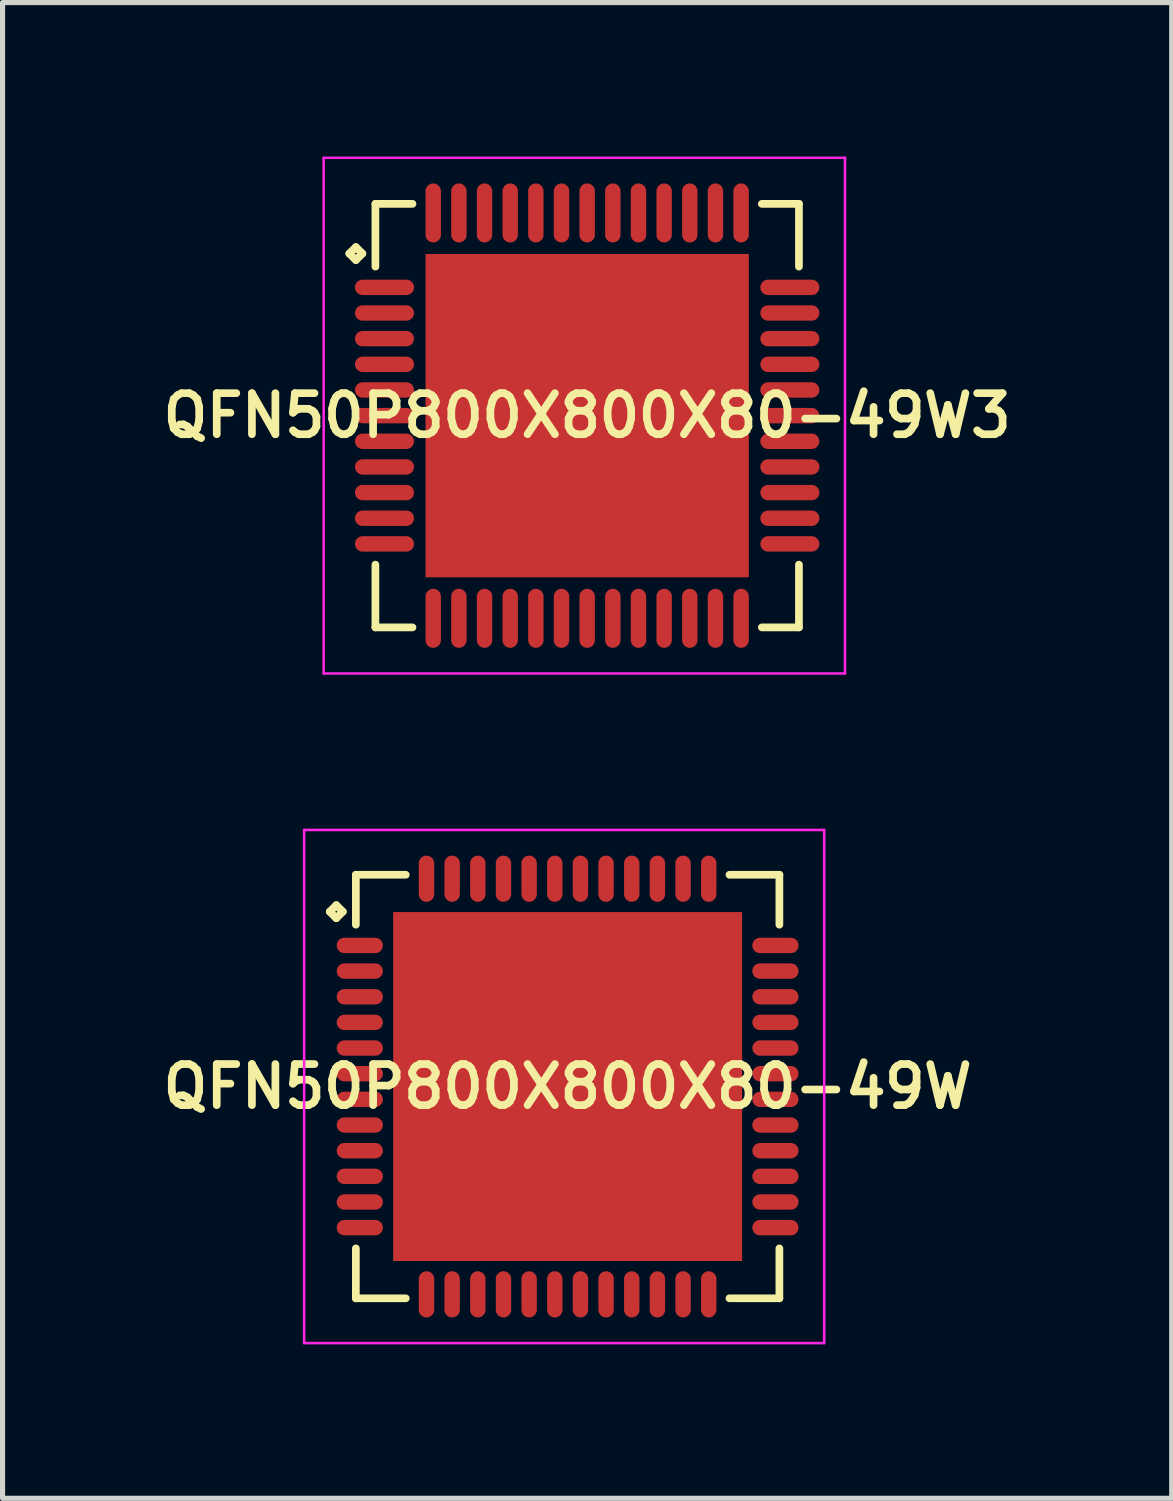
<source format=kicad_pcb>
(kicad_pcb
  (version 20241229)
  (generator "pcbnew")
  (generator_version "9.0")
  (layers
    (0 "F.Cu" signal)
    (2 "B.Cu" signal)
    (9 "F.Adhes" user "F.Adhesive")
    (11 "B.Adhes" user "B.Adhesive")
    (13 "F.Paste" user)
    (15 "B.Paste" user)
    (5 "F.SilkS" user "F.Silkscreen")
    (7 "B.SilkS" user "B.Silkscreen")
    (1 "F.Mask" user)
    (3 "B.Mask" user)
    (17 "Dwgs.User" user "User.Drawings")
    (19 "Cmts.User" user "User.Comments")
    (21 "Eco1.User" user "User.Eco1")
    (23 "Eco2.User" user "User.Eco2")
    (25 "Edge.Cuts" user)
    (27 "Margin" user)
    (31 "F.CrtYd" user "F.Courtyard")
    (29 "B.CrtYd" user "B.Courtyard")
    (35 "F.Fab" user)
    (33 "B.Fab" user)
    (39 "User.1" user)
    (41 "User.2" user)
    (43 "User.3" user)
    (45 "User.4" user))
  (footprint "QFN50P800X800X80-49W3"
    (layer "F.Cu")
    (at 8.393 5.05)
    (property "Reference" "QFN50P800X800X80-49W3" (at 0 0 0) (layer "F.SilkS") (effects (font (size 0.8 0.8) (thickness 0.15))))
    (attr smd)
    (fp_line (start -4.635 -3.158) (end -4.508 -3.285) (stroke (width 0.15) (type solid)) (layer "F.SilkS"))
    (fp_line (start -4.508 -3.285) (end -4.381 -3.158) (stroke (width 0.15) (type solid)) (layer "F.SilkS"))
    (fp_line (start -4.508 -3.031) (end -4.635 -3.158) (stroke (width 0.15) (type solid)) (layer "F.SilkS"))
    (fp_line (start -4.381 -3.158) (end -4.508 -3.031) (stroke (width 0.15) (type solid)) (layer "F.SilkS"))
    (fp_line (start -4.127 -4.127) (end -3.404 -4.127) (stroke (width 0.15) (type solid)) (layer "F.SilkS"))
    (fp_line (start -4.127 -2.904) (end -4.127 -4.127) (stroke (width 0.15) (type solid)) (layer "F.SilkS"))
    (fp_line (start -4.127 2.904) (end -4.127 4.127) (stroke (width 0.15) (type solid)) (layer "F.SilkS"))
    (fp_line (start -4.127 4.127) (end -3.404 4.127) (stroke (width 0.15) (type solid)) (layer "F.SilkS"))
    (fp_line (start 3.404 -4.127) (end 4.127 -4.127) (stroke (width 0.15) (type solid)) (layer "F.SilkS"))
    (fp_line (start 3.404 4.127) (end 4.127 4.127) (stroke (width 0.15) (type solid)) (layer "F.SilkS"))
    (fp_line (start 4.127 -4.127) (end 4.127 -2.904) (stroke (width 0.15) (type solid)) (layer "F.SilkS"))
    (fp_line (start 4.127 4.127) (end 4.127 2.904) (stroke (width 0.15) (type solid)) (layer "F.SilkS"))
    (fp_line (start -5.135 -5.025) (end 5.025 -5.025) (stroke (width 0.05) (type solid)) (layer "F.CrtYd"))
    (fp_line (start -5.135 5.025) (end -5.135 -5.025) (stroke (width 0.05) (type solid)) (layer "F.CrtYd"))
    (fp_line (start 5.025 -5.025) (end 5.025 5.025) (stroke (width 0.05) (type solid)) (layer "F.CrtYd"))
    (fp_line (start 5.025 5.025) (end -5.135 5.025) (stroke (width 0.05) (type solid)) (layer "F.CrtYd"))
    (pad "1" smd oval (at -3.95 -2.5) (size 1.15 0.3) (layers "F.Cu" "F.Mask" "F.Paste"))
    (pad "2" smd oval (at -3.95 -2) (size 1.15 0.3) (layers "F.Cu" "F.Mask" "F.Paste"))
    (pad "3" smd oval (at -3.95 -1.5) (size 1.15 0.3) (layers "F.Cu" "F.Mask" "F.Paste"))
    (pad "4" smd oval (at -3.95 -1) (size 1.15 0.3) (layers "F.Cu" "F.Mask" "F.Paste"))
    (pad "5" smd oval (at -3.95 -0.5) (size 1.15 0.3) (layers "F.Cu" "F.Mask" "F.Paste"))
    (pad "6" smd oval (at -3.95 0) (size 1.15 0.3) (layers "F.Cu" "F.Mask" "F.Paste"))
    (pad "7" smd oval (at -3.95 0.5) (size 1.15 0.3) (layers "F.Cu" "F.Mask" "F.Paste"))
    (pad "8" smd oval (at -3.95 1) (size 1.15 0.3) (layers "F.Cu" "F.Mask" "F.Paste"))
    (pad "9" smd oval (at -3.95 1.5) (size 1.15 0.3) (layers "F.Cu" "F.Mask" "F.Paste"))
    (pad "10" smd oval (at -3.95 2) (size 1.15 0.3) (layers "F.Cu" "F.Mask" "F.Paste"))
    (pad "11" smd oval (at -3.95 2.5) (size 1.15 0.3) (layers "F.Cu" "F.Mask" "F.Paste"))
    (pad "12" smd oval (at -3 3.95) (size 0.3 1.15) (layers "F.Cu" "F.Mask" "F.Paste"))
    (pad "13" smd oval (at -2.5 3.95) (size 0.3 1.15) (layers "F.Cu" "F.Mask" "F.Paste"))
    (pad "14" smd oval (at -2 3.95) (size 0.3 1.15) (layers "F.Cu" "F.Mask" "F.Paste"))
    (pad "15" smd oval (at -1.5 3.95) (size 0.3 1.15) (layers "F.Cu" "F.Mask" "F.Paste"))
    (pad "16" smd oval (at -1 3.95) (size 0.3 1.15) (layers "F.Cu" "F.Mask" "F.Paste"))
    (pad "17" smd oval (at -0.5 3.95) (size 0.3 1.15) (layers "F.Cu" "F.Mask" "F.Paste"))
    (pad "18" smd oval (at 0 3.95) (size 0.3 1.15) (layers "F.Cu" "F.Mask" "F.Paste"))
    (pad "19" smd oval (at 0.5 3.95) (size 0.3 1.15) (layers "F.Cu" "F.Mask" "F.Paste"))
    (pad "20" smd oval (at 1 3.95) (size 0.3 1.15) (layers "F.Cu" "F.Mask" "F.Paste"))
    (pad "21" smd oval (at 1.5 3.95) (size 0.3 1.15) (layers "F.Cu" "F.Mask" "F.Paste"))
    (pad "22" smd oval (at 2 3.95) (size 0.3 1.15) (layers "F.Cu" "F.Mask" "F.Paste"))
    (pad "23" smd oval (at 2.5 3.95) (size 0.3 1.15) (layers "F.Cu" "F.Mask" "F.Paste"))
    (pad "24" smd oval (at 3 3.95) (size 0.3 1.15) (layers "F.Cu" "F.Mask" "F.Paste"))
    (pad "25" smd oval (at 3.95 2.5) (size 1.15 0.3) (layers "F.Cu" "F.Mask" "F.Paste"))
    (pad "26" smd oval (at 3.95 2) (size 1.15 0.3) (layers "F.Cu" "F.Mask" "F.Paste"))
    (pad "27" smd oval (at 3.95 1.5) (size 1.15 0.3) (layers "F.Cu" "F.Mask" "F.Paste"))
    (pad "28" smd oval (at 3.95 1) (size 1.15 0.3) (layers "F.Cu" "F.Mask" "F.Paste"))
    (pad "29" smd oval (at 3.95 0.5) (size 1.15 0.3) (layers "F.Cu" "F.Mask" "F.Paste"))
    (pad "30" smd oval (at 3.95 0) (size 1.15 0.3) (layers "F.Cu" "F.Mask" "F.Paste"))
    (pad "31" smd oval (at 3.95 -0.5) (size 1.15 0.3) (layers "F.Cu" "F.Mask" "F.Paste"))
    (pad "32" smd oval (at 3.95 -1) (size 1.15 0.3) (layers "F.Cu" "F.Mask" "F.Paste"))
    (pad "33" smd oval (at 3.95 -1.5) (size 1.15 0.3) (layers "F.Cu" "F.Mask" "F.Paste"))
    (pad "34" smd oval (at 3.95 -2) (size 1.15 0.3) (layers "F.Cu" "F.Mask" "F.Paste"))
    (pad "35" smd oval (at 3.95 -2.5) (size 1.15 0.3) (layers "F.Cu" "F.Mask" "F.Paste"))
    (pad "36" smd oval (at 3 -3.95) (size 0.3 1.15) (layers "F.Cu" "F.Mask" "F.Paste"))
    (pad "37" smd oval (at 2.5 -3.95) (size 0.3 1.15) (layers "F.Cu" "F.Mask" "F.Paste"))
    (pad "38" smd oval (at 2 -3.95) (size 0.3 1.15) (layers "F.Cu" "F.Mask" "F.Paste"))
    (pad "39" smd oval (at 1.5 -3.95) (size 0.3 1.15) (layers "F.Cu" "F.Mask" "F.Paste"))
    (pad "40" smd oval (at 1 -3.95) (size 0.3 1.15) (layers "F.Cu" "F.Mask" "F.Paste"))
    (pad "41" smd oval (at 0.5 -3.95) (size 0.3 1.15) (layers "F.Cu" "F.Mask" "F.Paste"))
    (pad "42" smd oval (at 0 -3.95) (size 0.3 1.15) (layers "F.Cu" "F.Mask" "F.Paste"))
    (pad "43" smd oval (at -0.5 -3.95) (size 0.3 1.15) (layers "F.Cu" "F.Mask" "F.Paste"))
    (pad "44" smd oval (at -1 -3.95) (size 0.3 1.15) (layers "F.Cu" "F.Mask" "F.Paste"))
    (pad "45" smd oval (at -1.5 -3.95) (size 0.3 1.15) (layers "F.Cu" "F.Mask" "F.Paste"))
    (pad "46" smd oval (at -2 -3.95) (size 0.3 1.15) (layers "F.Cu" "F.Mask" "F.Paste"))
    (pad "47" smd oval (at -2.5 -3.95) (size 0.3 1.15) (layers "F.Cu" "F.Mask" "F.Paste"))
    (pad "48" smd oval (at -3 -3.95) (size 0.3 1.15) (layers "F.Cu" "F.Mask" "F.Paste"))
    (pad "49" smd rect (at 0 0) (size 6.3 6.3) (layers "F.Cu" "F.Mask" "F.Paste")))
  (footprint "QFN50P800X800X80-49W"
    (layer "F.Cu")
    (at 8.012 18.125)
    (property "Reference" "QFN50P800X800X80-49W" (at 0 0 0) (layer "F.SilkS") (effects (font (size 0.8 0.8) (thickness 0.15))))
    (attr smd)
    (fp_line (start -4.635 -3.408) (end -4.508 -3.535) (stroke (width 0.15) (type solid)) (layer "F.SilkS"))
    (fp_line (start -4.508 -3.535) (end -4.381 -3.408) (stroke (width 0.15) (type solid)) (layer "F.SilkS"))
    (fp_line (start -4.508 -3.281) (end -4.635 -3.408) (stroke (width 0.15) (type solid)) (layer "F.SilkS"))
    (fp_line (start -4.381 -3.408) (end -4.508 -3.281) (stroke (width 0.15) (type solid)) (layer "F.SilkS"))
    (fp_line (start -4.127 -4.127) (end -3.154 -4.127) (stroke (width 0.15) (type solid)) (layer "F.SilkS"))
    (fp_line (start -4.127 -3.154) (end -4.127 -4.127) (stroke (width 0.15) (type solid)) (layer "F.SilkS"))
    (fp_line (start -4.127 3.154) (end -4.127 4.127) (stroke (width 0.15) (type solid)) (layer "F.SilkS"))
    (fp_line (start -4.127 4.127) (end -3.154 4.127) (stroke (width 0.15) (type solid)) (layer "F.SilkS"))
    (fp_line (start 3.154 -4.127) (end 4.127 -4.127) (stroke (width 0.15) (type solid)) (layer "F.SilkS"))
    (fp_line (start 3.154 4.127) (end 4.127 4.127) (stroke (width 0.15) (type solid)) (layer "F.SilkS"))
    (fp_line (start 4.127 -4.127) (end 4.127 -3.154) (stroke (width 0.15) (type solid)) (layer "F.SilkS"))
    (fp_line (start 4.127 4.127) (end 4.127 3.154) (stroke (width 0.15) (type solid)) (layer "F.SilkS"))
    (fp_line (start -5.135 -5) (end 5 -5) (stroke (width 0.05) (type solid)) (layer "F.CrtYd"))
    (fp_line (start -5.135 5) (end -5.135 -5) (stroke (width 0.05) (type solid)) (layer "F.CrtYd"))
    (fp_line (start 5 -5) (end 5 5) (stroke (width 0.05) (type solid)) (layer "F.CrtYd"))
    (fp_line (start 5 5) (end -5.135 5) (stroke (width 0.05) (type solid)) (layer "F.CrtYd"))
    (pad "1" smd oval (at -4.05 -2.75) (size 0.9 0.3) (layers "F.Cu" "F.Mask" "F.Paste"))
    (pad "2" smd oval (at -4.05 -2.25) (size 0.9 0.3) (layers "F.Cu" "F.Mask" "F.Paste"))
    (pad "3" smd oval (at -4.05 -1.75) (size 0.9 0.3) (layers "F.Cu" "F.Mask" "F.Paste"))
    (pad "4" smd oval (at -4.05 -1.25) (size 0.9 0.3) (layers "F.Cu" "F.Mask" "F.Paste"))
    (pad "5" smd oval (at -4.05 -0.75) (size 0.9 0.3) (layers "F.Cu" "F.Mask" "F.Paste"))
    (pad "6" smd oval (at -4.05 -0.25) (size 0.9 0.3) (layers "F.Cu" "F.Mask" "F.Paste"))
    (pad "7" smd oval (at -4.05 0.25) (size 0.9 0.3) (layers "F.Cu" "F.Mask" "F.Paste"))
    (pad "8" smd oval (at -4.05 0.75) (size 0.9 0.3) (layers "F.Cu" "F.Mask" "F.Paste"))
    (pad "9" smd oval (at -4.05 1.25) (size 0.9 0.3) (layers "F.Cu" "F.Mask" "F.Paste"))
    (pad "10" smd oval (at -4.05 1.75) (size 0.9 0.3) (layers "F.Cu" "F.Mask" "F.Paste"))
    (pad "11" smd oval (at -4.05 2.25) (size 0.9 0.3) (layers "F.Cu" "F.Mask" "F.Paste"))
    (pad "12" smd oval (at -4.05 2.75) (size 0.9 0.3) (layers "F.Cu" "F.Mask" "F.Paste"))
    (pad "13" smd oval (at -2.75 4.05) (size 0.3 0.9) (layers "F.Cu" "F.Mask" "F.Paste"))
    (pad "14" smd oval (at -2.25 4.05) (size 0.3 0.9) (layers "F.Cu" "F.Mask" "F.Paste"))
    (pad "15" smd oval (at -1.75 4.05) (size 0.3 0.9) (layers "F.Cu" "F.Mask" "F.Paste"))
    (pad "16" smd oval (at -1.25 4.05) (size 0.3 0.9) (layers "F.Cu" "F.Mask" "F.Paste"))
    (pad "17" smd oval (at -0.75 4.05) (size 0.3 0.9) (layers "F.Cu" "F.Mask" "F.Paste"))
    (pad "18" smd oval (at -0.25 4.05) (size 0.3 0.9) (layers "F.Cu" "F.Mask" "F.Paste"))
    (pad "19" smd oval (at 0.25 4.05) (size 0.3 0.9) (layers "F.Cu" "F.Mask" "F.Paste"))
    (pad "20" smd oval (at 0.75 4.05) (size 0.3 0.9) (layers "F.Cu" "F.Mask" "F.Paste"))
    (pad "21" smd oval (at 1.25 4.05) (size 0.3 0.9) (layers "F.Cu" "F.Mask" "F.Paste"))
    (pad "22" smd oval (at 1.75 4.05) (size 0.3 0.9) (layers "F.Cu" "F.Mask" "F.Paste"))
    (pad "23" smd oval (at 2.25 4.05) (size 0.3 0.9) (layers "F.Cu" "F.Mask" "F.Paste"))
    (pad "24" smd oval (at 2.75 4.05) (size 0.3 0.9) (layers "F.Cu" "F.Mask" "F.Paste"))
    (pad "25" smd oval (at 4.05 2.75) (size 0.9 0.3) (layers "F.Cu" "F.Mask" "F.Paste"))
    (pad "26" smd oval (at 4.05 2.25) (size 0.9 0.3) (layers "F.Cu" "F.Mask" "F.Paste"))
    (pad "27" smd oval (at 4.05 1.75) (size 0.9 0.3) (layers "F.Cu" "F.Mask" "F.Paste"))
    (pad "28" smd oval (at 4.05 1.25) (size 0.9 0.3) (layers "F.Cu" "F.Mask" "F.Paste"))
    (pad "29" smd oval (at 4.05 0.75) (size 0.9 0.3) (layers "F.Cu" "F.Mask" "F.Paste"))
    (pad "30" smd oval (at 4.05 0.25) (size 0.9 0.3) (layers "F.Cu" "F.Mask" "F.Paste"))
    (pad "31" smd oval (at 4.05 -0.25) (size 0.9 0.3) (layers "F.Cu" "F.Mask" "F.Paste"))
    (pad "32" smd oval (at 4.05 -0.75) (size 0.9 0.3) (layers "F.Cu" "F.Mask" "F.Paste"))
    (pad "33" smd oval (at 4.05 -1.25) (size 0.9 0.3) (layers "F.Cu" "F.Mask" "F.Paste"))
    (pad "34" smd oval (at 4.05 -1.75) (size 0.9 0.3) (layers "F.Cu" "F.Mask" "F.Paste"))
    (pad "35" smd oval (at 4.05 -2.25) (size 0.9 0.3) (layers "F.Cu" "F.Mask" "F.Paste"))
    (pad "36" smd oval (at 4.05 -2.75) (size 0.9 0.3) (layers "F.Cu" "F.Mask" "F.Paste"))
    (pad "37" smd oval (at 2.75 -4.05) (size 0.3 0.9) (layers "F.Cu" "F.Mask" "F.Paste"))
    (pad "38" smd oval (at 2.25 -4.05) (size 0.3 0.9) (layers "F.Cu" "F.Mask" "F.Paste"))
    (pad "39" smd oval (at 1.75 -4.05) (size 0.3 0.9) (layers "F.Cu" "F.Mask" "F.Paste"))
    (pad "40" smd oval (at 1.25 -4.05) (size 0.3 0.9) (layers "F.Cu" "F.Mask" "F.Paste"))
    (pad "41" smd oval (at 0.75 -4.05) (size 0.3 0.9) (layers "F.Cu" "F.Mask" "F.Paste"))
    (pad "42" smd oval (at 0.25 -4.05) (size 0.3 0.9) (layers "F.Cu" "F.Mask" "F.Paste"))
    (pad "43" smd oval (at -0.25 -4.05) (size 0.3 0.9) (layers "F.Cu" "F.Mask" "F.Paste"))
    (pad "44" smd oval (at -0.75 -4.05) (size 0.3 0.9) (layers "F.Cu" "F.Mask" "F.Paste"))
    (pad "45" smd oval (at -1.25 -4.05) (size 0.3 0.9) (layers "F.Cu" "F.Mask" "F.Paste"))
    (pad "46" smd oval (at -1.75 -4.05) (size 0.3 0.9) (layers "F.Cu" "F.Mask" "F.Paste"))
    (pad "47" smd oval (at -2.25 -4.05) (size 0.3 0.9) (layers "F.Cu" "F.Mask" "F.Paste"))
    (pad "48" smd oval (at -2.75 -4.05) (size 0.3 0.9) (layers "F.Cu" "F.Mask" "F.Paste"))
    (pad "49" smd rect (at 0 0) (size 6.8 6.8) (layers "F.Cu" "F.Mask" "F.Paste")))
  (gr_rect
    (start -3 -3)
    (end 19.785 26.15)
    (stroke (width 0.1) (type default))
    (fill no)
    (layer "Edge.Cuts")))
</source>
